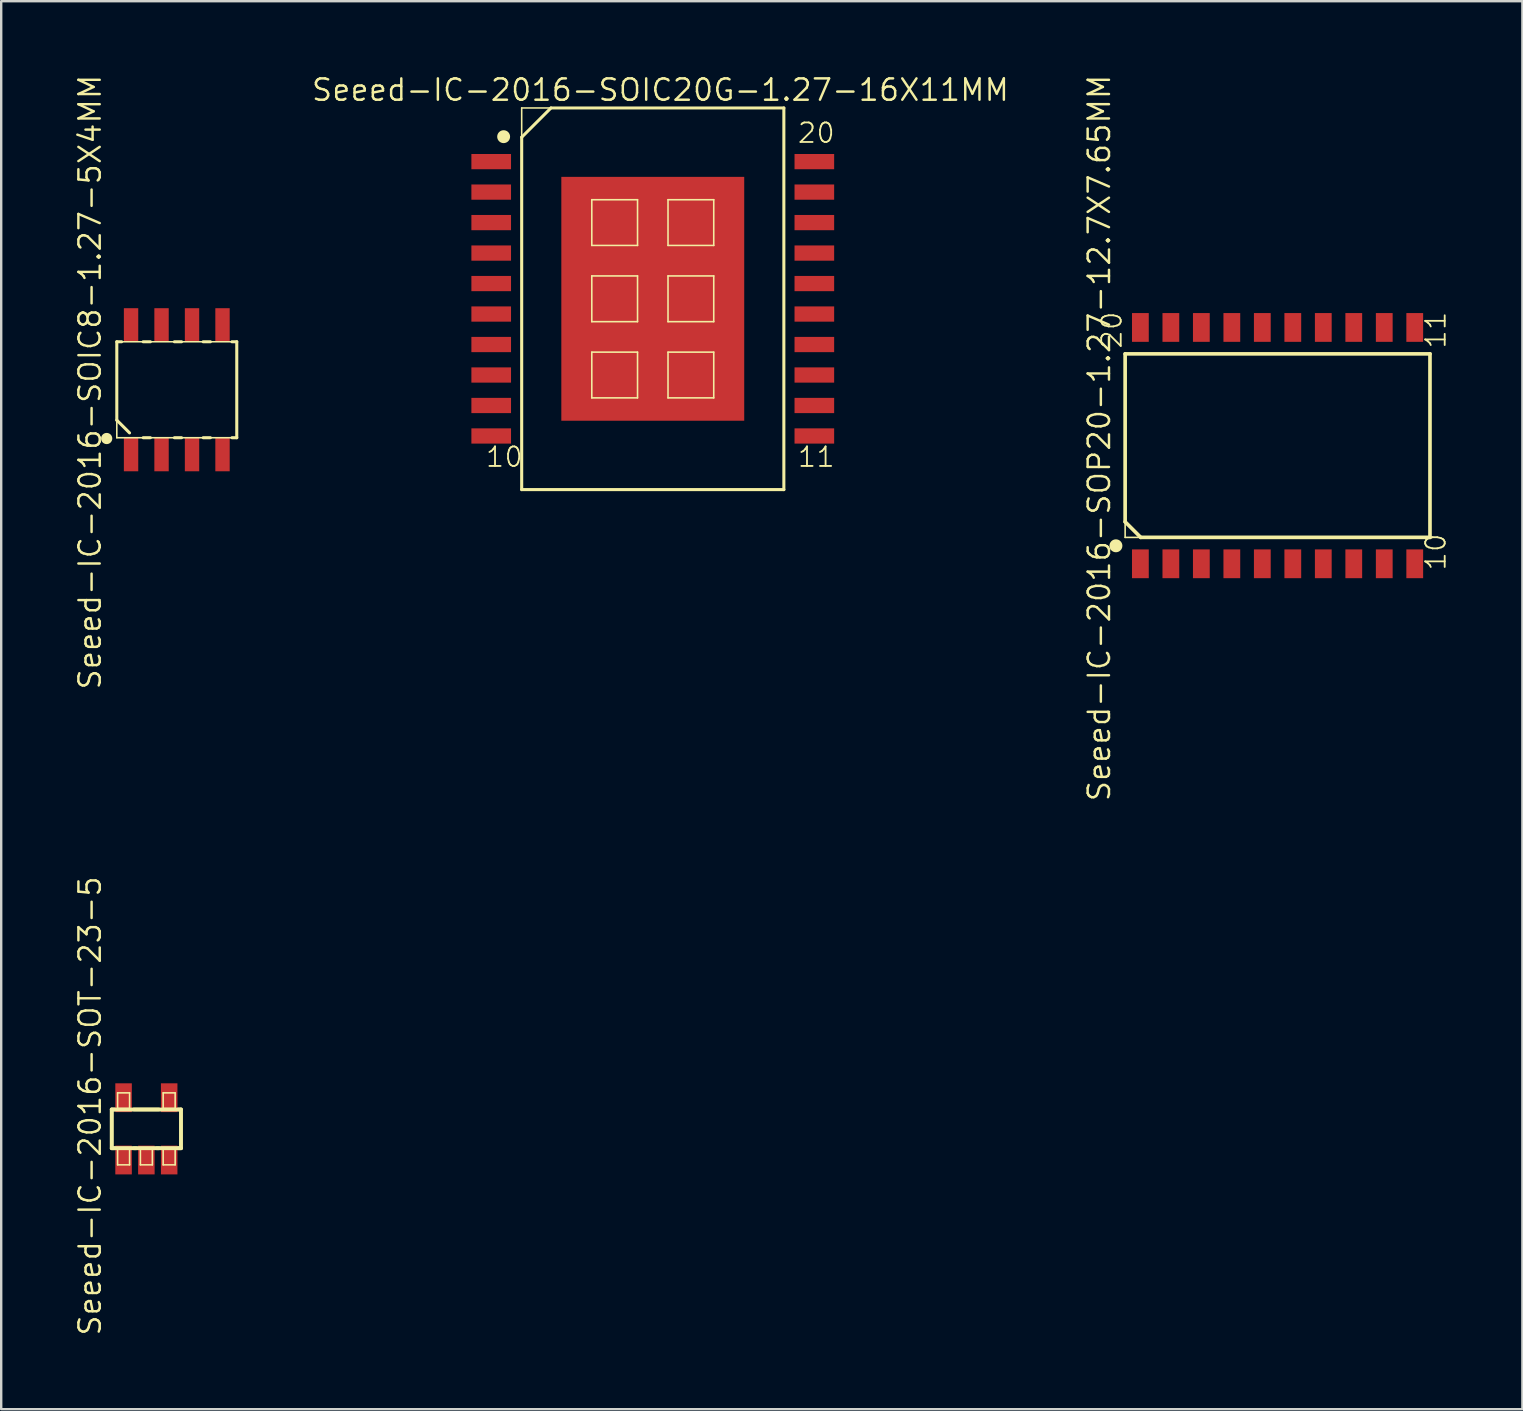
<source format=kicad_pcb>
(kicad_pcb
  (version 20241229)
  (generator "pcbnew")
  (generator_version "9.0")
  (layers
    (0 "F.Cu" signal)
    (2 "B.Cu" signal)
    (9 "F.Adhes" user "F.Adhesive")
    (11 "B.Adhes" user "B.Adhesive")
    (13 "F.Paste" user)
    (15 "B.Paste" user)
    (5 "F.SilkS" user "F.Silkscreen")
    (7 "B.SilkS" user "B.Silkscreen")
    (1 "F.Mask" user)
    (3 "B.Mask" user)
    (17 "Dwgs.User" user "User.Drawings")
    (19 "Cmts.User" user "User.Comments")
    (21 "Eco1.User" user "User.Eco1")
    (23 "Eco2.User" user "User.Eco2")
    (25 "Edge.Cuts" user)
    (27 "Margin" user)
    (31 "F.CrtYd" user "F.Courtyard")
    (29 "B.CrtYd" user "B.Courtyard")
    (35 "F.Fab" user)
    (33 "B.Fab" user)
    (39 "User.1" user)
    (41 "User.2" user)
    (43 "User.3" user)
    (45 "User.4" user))
  (footprint "Seeed-IC-2016-SOIC20G-1.27-16X11MM"
    (layer "F.Cu")
    (at 24.145 9.398)
    (property "Reference" "Seeed-IC-2016-SOIC20G-1.27-16X11MM" (at 0.318 -8.7 0) (layer "F.SilkS") (effects (font (size 0.889 0.889) (thickness 0.102))))
    (attr smd)
    (fp_line (start -5.461 -7.95) (end 5.461 -7.95) (stroke (width 0.066) (type solid)) (layer "F.SilkS"))
    (fp_line (start -5.461 -6.731) (end -5.461 7.95) (stroke (width 0.127) (type solid)) (layer "F.SilkS"))
    (fp_line (start -5.461 -6.731) (end -4.242 -7.95) (stroke (width 0.127) (type solid)) (layer "F.SilkS"))
    (fp_line (start -5.461 7.95) (end -5.461 -7.95) (stroke (width 0.066) (type solid)) (layer "F.SilkS"))
    (fp_line (start -5.461 7.95) (end 5.461 7.95) (stroke (width 0.066) (type solid)) (layer "F.SilkS"))
    (fp_line (start -5.461 7.95) (end 5.461 7.95) (stroke (width 0.127) (type solid)) (layer "F.SilkS"))
    (fp_line (start -2.54 -4.128) (end -0.635 -4.128) (stroke (width 0.066) (type solid)) (layer "F.SilkS"))
    (fp_line (start -2.54 -2.223) (end -2.54 -4.128) (stroke (width 0.066) (type solid)) (layer "F.SilkS"))
    (fp_line (start -2.54 -2.223) (end -0.635 -2.223) (stroke (width 0.066) (type solid)) (layer "F.SilkS"))
    (fp_line (start -2.54 -0.953) (end -0.635 -0.953) (stroke (width 0.066) (type solid)) (layer "F.SilkS"))
    (fp_line (start -2.54 0.953) (end -2.54 -0.953) (stroke (width 0.066) (type solid)) (layer "F.SilkS"))
    (fp_line (start -2.54 0.953) (end -0.635 0.953) (stroke (width 0.066) (type solid)) (layer "F.SilkS"))
    (fp_line (start -2.54 2.223) (end -0.635 2.223) (stroke (width 0.066) (type solid)) (layer "F.SilkS"))
    (fp_line (start -2.54 4.128) (end -2.54 2.223) (stroke (width 0.066) (type solid)) (layer "F.SilkS"))
    (fp_line (start -2.54 4.128) (end -0.635 4.128) (stroke (width 0.066) (type solid)) (layer "F.SilkS"))
    (fp_line (start -0.635 -2.223) (end -0.635 -4.128) (stroke (width 0.066) (type solid)) (layer "F.SilkS"))
    (fp_line (start -0.635 0.953) (end -0.635 -0.953) (stroke (width 0.066) (type solid)) (layer "F.SilkS"))
    (fp_line (start -0.635 4.128) (end -0.635 2.223) (stroke (width 0.066) (type solid)) (layer "F.SilkS"))
    (fp_line (start 0.635 -4.128) (end 2.54 -4.128) (stroke (width 0.066) (type solid)) (layer "F.SilkS"))
    (fp_line (start 0.635 -2.223) (end 0.635 -4.128) (stroke (width 0.066) (type solid)) (layer "F.SilkS"))
    (fp_line (start 0.635 -2.223) (end 2.54 -2.223) (stroke (width 0.066) (type solid)) (layer "F.SilkS"))
    (fp_line (start 0.635 -0.953) (end 2.54 -0.953) (stroke (width 0.066) (type solid)) (layer "F.SilkS"))
    (fp_line (start 0.635 0.953) (end 0.635 -0.953) (stroke (width 0.066) (type solid)) (layer "F.SilkS"))
    (fp_line (start 0.635 0.953) (end 2.54 0.953) (stroke (width 0.066) (type solid)) (layer "F.SilkS"))
    (fp_line (start 0.635 2.223) (end 2.54 2.223) (stroke (width 0.066) (type solid)) (layer "F.SilkS"))
    (fp_line (start 0.635 4.128) (end 0.635 2.223) (stroke (width 0.066) (type solid)) (layer "F.SilkS"))
    (fp_line (start 0.635 4.128) (end 2.54 4.128) (stroke (width 0.066) (type solid)) (layer "F.SilkS"))
    (fp_line (start 2.54 -2.223) (end 2.54 -4.128) (stroke (width 0.066) (type solid)) (layer "F.SilkS"))
    (fp_line (start 2.54 0.953) (end 2.54 -0.953) (stroke (width 0.066) (type solid)) (layer "F.SilkS"))
    (fp_line (start 2.54 4.128) (end 2.54 2.223) (stroke (width 0.066) (type solid)) (layer "F.SilkS"))
    (fp_line (start 5.461 -7.95) (end -4.242 -7.95) (stroke (width 0.127) (type solid)) (layer "F.SilkS"))
    (fp_line (start 5.461 -7.95) (end 5.461 7.95) (stroke (width 0.127) (type solid)) (layer "F.SilkS"))
    (fp_line (start 5.461 7.95) (end 5.461 -7.95) (stroke (width 0.066) (type solid)) (layer "F.SilkS"))
    (fp_circle (center -6.213 -6.754) (end -6.403 -6.944) (stroke (width 0) (type solid)) (fill yes) (layer "F.SilkS"))
    (fp_text user "20" (at 6.812 -6.906 0) (layer "F.SilkS") (effects (font (size 0.813 0.813) (thickness 0.076))))
    (fp_text user "11" (at 6.812 6.591 0) (layer "F.SilkS") (effects (font (size 0.813 0.813) (thickness 0.076))))
    (fp_text user "10" (at -6.185 6.591 0) (layer "F.SilkS") (effects (font (size 0.813 0.813) (thickness 0.076))))
    (pad "P$1" smd rect (at -6.731 -5.715) (size 1.651 0.635) (layers "F.Cu" "F.Mask" "F.Paste"))
    (pad "P$2" smd rect (at -6.731 -4.445) (size 1.651 0.635) (layers "F.Cu" "F.Mask" "F.Paste"))
    (pad "P$3" smd rect (at -6.731 -3.175) (size 1.651 0.635) (layers "F.Cu" "F.Mask" "F.Paste"))
    (pad "P$4" smd rect (at -6.731 -1.905) (size 1.651 0.635) (layers "F.Cu" "F.Mask" "F.Paste"))
    (pad "P$5" smd rect (at -6.731 -0.635) (size 1.651 0.635) (layers "F.Cu" "F.Mask" "F.Paste"))
    (pad "P$6" smd rect (at -6.731 0.635) (size 1.651 0.635) (layers "F.Cu" "F.Mask" "F.Paste"))
    (pad "P$7" smd rect (at -6.731 1.905) (size 1.651 0.635) (layers "F.Cu" "F.Mask" "F.Paste"))
    (pad "P$8" smd rect (at -6.731 3.175) (size 1.651 0.635) (layers "F.Cu" "F.Mask" "F.Paste"))
    (pad "P$9" smd rect (at -6.731 4.445) (size 1.651 0.635) (layers "F.Cu" "F.Mask" "F.Paste"))
    (pad "P$10" smd rect (at -6.731 5.715) (size 1.651 0.635) (layers "F.Cu" "F.Mask" "F.Paste"))
    (pad "P$11" smd rect (at 6.731 5.715) (size 1.651 0.635) (layers "F.Cu" "F.Mask" "F.Paste"))
    (pad "P$12" smd rect (at 6.731 4.445) (size 1.651 0.635) (layers "F.Cu" "F.Mask" "F.Paste"))
    (pad "P$13" smd rect (at 6.731 3.175) (size 1.651 0.635) (layers "F.Cu" "F.Mask" "F.Paste"))
    (pad "P$14" smd rect (at 6.731 1.905) (size 1.651 0.635) (layers "F.Cu" "F.Mask" "F.Paste"))
    (pad "P$15" smd rect (at 6.731 0.635) (size 1.651 0.635) (layers "F.Cu" "F.Mask" "F.Paste"))
    (pad "P$16" smd rect (at 6.731 -0.635) (size 1.651 0.635) (layers "F.Cu" "F.Mask" "F.Paste"))
    (pad "P$17" smd rect (at 6.731 -1.905) (size 1.651 0.635) (layers "F.Cu" "F.Mask" "F.Paste"))
    (pad "P$18" smd rect (at 6.731 -3.175) (size 1.651 0.635) (layers "F.Cu" "F.Mask" "F.Paste"))
    (pad "P$19" smd rect (at 6.731 -4.445) (size 1.651 0.635) (layers "F.Cu" "F.Mask" "F.Paste"))
    (pad "P$20" smd rect (at 6.731 -5.715) (size 1.651 0.635) (layers "F.Cu" "F.Mask" "F.Paste"))
    (pad "THER" smd rect (at 0 0 90) (size 10.16 7.62) (layers "F.Cu" "F.Mask" "F.Paste")))
  (footprint "Seeed-IC-2016-SOIC8-1.27-5X4MM"
    (layer "F.Cu")
    (at 4.315 13.187)
    (property "Reference" "Seeed-IC-2016-SOIC8-1.27-5X4MM" (at -3.617 -0.318 90) (layer "F.SilkS") (effects (font (size 0.889 0.889) (thickness 0.102))))
    (attr smd)
    (fp_line (start -2.499 -1.999) (end -2.299 -1.999) (stroke (width 0.127) (type solid)) (layer "F.SilkS"))
    (fp_line (start -2.499 -1.999) (end 2.499 -1.999) (stroke (width 0.066) (type solid)) (layer "F.SilkS"))
    (fp_line (start -2.499 1.267) (end -2.499 -1.999) (stroke (width 0.127) (type solid)) (layer "F.SilkS"))
    (fp_line (start -2.499 1.999) (end -2.499 -1.999) (stroke (width 0.066) (type solid)) (layer "F.SilkS"))
    (fp_line (start -2.499 1.999) (end 2.499 1.999) (stroke (width 0.066) (type solid)) (layer "F.SilkS"))
    (fp_line (start -1.968 1.798) (end -2.499 1.267) (stroke (width 0.127) (type solid)) (layer "F.SilkS"))
    (fp_line (start -1.4 -1.999) (end -1.1 -1.999) (stroke (width 0.127) (type solid)) (layer "F.SilkS"))
    (fp_line (start -1.4 1.999) (end -1.1 1.999) (stroke (width 0.127) (type solid)) (layer "F.SilkS"))
    (fp_line (start -0.099 -1.999) (end 0.198 -1.999) (stroke (width 0.127) (type solid)) (layer "F.SilkS"))
    (fp_line (start -0.099 1.999) (end 0.198 1.999) (stroke (width 0.127) (type solid)) (layer "F.SilkS"))
    (fp_line (start 1.1 -1.999) (end 1.4 -1.999) (stroke (width 0.127) (type solid)) (layer "F.SilkS"))
    (fp_line (start 1.1 1.999) (end 1.4 1.999) (stroke (width 0.127) (type solid)) (layer "F.SilkS"))
    (fp_line (start 2.299 -1.999) (end 2.499 -1.999) (stroke (width 0.127) (type solid)) (layer "F.SilkS"))
    (fp_line (start 2.299 1.999) (end 2.499 1.999) (stroke (width 0.127) (type solid)) (layer "F.SilkS"))
    (fp_line (start 2.499 -1.999) (end 2.499 1.999) (stroke (width 0.127) (type solid)) (layer "F.SilkS"))
    (fp_line (start 2.499 1.999) (end 2.499 -1.999) (stroke (width 0.066) (type solid)) (layer "F.SilkS"))
    (fp_circle (center -2.921 2.032) (end -3.086 2.197) (stroke (width 0) (type solid)) (fill yes) (layer "F.SilkS"))
    (pad "1" smd rect (at -1.905 2.697 90) (size 1.4 0.599) (layers "F.Cu" "F.Mask" "F.Paste"))
    (pad "2" smd rect (at -0.635 2.697 90) (size 1.4 0.599) (layers "F.Cu" "F.Mask" "F.Paste"))
    (pad "3" smd rect (at 0.635 2.697 90) (size 1.4 0.599) (layers "F.Cu" "F.Mask" "F.Paste"))
    (pad "4" smd rect (at 1.905 2.697 90) (size 1.4 0.599) (layers "F.Cu" "F.Mask" "F.Paste"))
    (pad "5" smd rect (at 1.905 -2.697 90) (size 1.4 0.599) (layers "F.Cu" "F.Mask" "F.Paste"))
    (pad "6" smd rect (at 0.635 -2.697 90) (size 1.4 0.599) (layers "F.Cu" "F.Mask" "F.Paste"))
    (pad "7" smd rect (at -0.635 -2.697 90) (size 1.4 0.599) (layers "F.Cu" "F.Mask" "F.Paste"))
    (pad "8" smd rect (at -1.905 -2.697 90) (size 1.4 0.599) (layers "F.Cu" "F.Mask" "F.Paste")))
  (footprint "Seeed-IC-2016-SOT-23-5"
    (layer "F.Cu")
    (at 3.048 43.979)
    (property "Reference" "Seeed-IC-2016-SOT-23-5" (at -2.349 -0.953 90) (layer "F.SilkS") (effects (font (size 0.889 0.889) (thickness 0.102))))
    (attr smd)
    (fp_line (start -1.448 -0.81) (end -1.326 -0.81) (stroke (width 0.152) (type solid)) (layer "F.SilkS"))
    (fp_line (start -1.448 0.81) (end -1.448 -0.81) (stroke (width 0.152) (type solid)) (layer "F.SilkS"))
    (fp_line (start -1.422 -0.81) (end 1.422 -0.81) (stroke (width 0.152) (type solid)) (layer "F.SilkS"))
    (fp_line (start -1.397 -0.762) (end 1.397 -0.762) (stroke (width 0.066) (type solid)) (layer "F.SilkS"))
    (fp_line (start -1.397 0.762) (end -1.397 -0.762) (stroke (width 0.066) (type solid)) (layer "F.SilkS"))
    (fp_line (start -1.397 0.762) (end 1.397 0.762) (stroke (width 0.066) (type solid)) (layer "F.SilkS"))
    (fp_line (start -1.326 0.81) (end -1.448 0.81) (stroke (width 0.152) (type solid)) (layer "F.SilkS"))
    (fp_line (start -1.199 -1.499) (end -0.699 -1.499) (stroke (width 0.066) (type solid)) (layer "F.SilkS"))
    (fp_line (start -1.199 -0.848) (end -1.199 -1.499) (stroke (width 0.066) (type solid)) (layer "F.SilkS"))
    (fp_line (start -1.199 -0.848) (end -0.699 -0.848) (stroke (width 0.066) (type solid)) (layer "F.SilkS"))
    (fp_line (start -1.199 0.848) (end -0.699 0.848) (stroke (width 0.066) (type solid)) (layer "F.SilkS"))
    (fp_line (start -1.199 1.499) (end -1.199 0.848) (stroke (width 0.066) (type solid)) (layer "F.SilkS"))
    (fp_line (start -1.199 1.499) (end -0.699 1.499) (stroke (width 0.066) (type solid)) (layer "F.SilkS"))
    (fp_line (start -0.699 -0.848) (end -0.699 -1.499) (stroke (width 0.066) (type solid)) (layer "F.SilkS"))
    (fp_line (start -0.699 1.499) (end -0.699 0.848) (stroke (width 0.066) (type solid)) (layer "F.SilkS"))
    (fp_line (start -0.521 -0.81) (end 0.521 -0.81) (stroke (width 0.152) (type solid)) (layer "F.SilkS"))
    (fp_line (start -0.427 0.81) (end -0.521 0.81) (stroke (width 0.152) (type solid)) (layer "F.SilkS"))
    (fp_line (start -0.249 0.848) (end 0.249 0.848) (stroke (width 0.066) (type solid)) (layer "F.SilkS"))
    (fp_line (start -0.249 1.499) (end -0.249 0.848) (stroke (width 0.066) (type solid)) (layer "F.SilkS"))
    (fp_line (start -0.249 1.499) (end 0.249 1.499) (stroke (width 0.066) (type solid)) (layer "F.SilkS"))
    (fp_line (start 0.249 1.499) (end 0.249 0.848) (stroke (width 0.066) (type solid)) (layer "F.SilkS"))
    (fp_line (start 0.521 0.81) (end 0.427 0.81) (stroke (width 0.152) (type solid)) (layer "F.SilkS"))
    (fp_line (start 0.699 -1.499) (end 1.199 -1.499) (stroke (width 0.066) (type solid)) (layer "F.SilkS"))
    (fp_line (start 0.699 -0.848) (end 0.699 -1.499) (stroke (width 0.066) (type solid)) (layer "F.SilkS"))
    (fp_line (start 0.699 -0.848) (end 1.199 -0.848) (stroke (width 0.066) (type solid)) (layer "F.SilkS"))
    (fp_line (start 0.699 0.848) (end 1.199 0.848) (stroke (width 0.066) (type solid)) (layer "F.SilkS"))
    (fp_line (start 0.699 1.499) (end 0.699 0.848) (stroke (width 0.066) (type solid)) (layer "F.SilkS"))
    (fp_line (start 0.699 1.499) (end 1.199 1.499) (stroke (width 0.066) (type solid)) (layer "F.SilkS"))
    (fp_line (start 1.199 -0.848) (end 1.199 -1.499) (stroke (width 0.066) (type solid)) (layer "F.SilkS"))
    (fp_line (start 1.199 1.499) (end 1.199 0.848) (stroke (width 0.066) (type solid)) (layer "F.SilkS"))
    (fp_line (start 1.326 -0.81) (end 1.448 -0.81) (stroke (width 0.152) (type solid)) (layer "F.SilkS"))
    (fp_line (start 1.397 0.762) (end 1.397 -0.762) (stroke (width 0.066) (type solid)) (layer "F.SilkS"))
    (fp_line (start 1.422 0.81) (end -1.422 0.81) (stroke (width 0.152) (type solid)) (layer "F.SilkS"))
    (fp_line (start 1.448 -0.81) (end 1.448 0.81) (stroke (width 0.152) (type solid)) (layer "F.SilkS"))
    (fp_line (start 1.448 0.81) (end 1.326 0.81) (stroke (width 0.152) (type solid)) (layer "F.SilkS"))
    (pad "1" smd rect (at -0.95 1.298) (size 0.688 1.199) (layers "F.Cu" "F.Mask" "F.Paste"))
    (pad "2" smd rect (at 0 1.298) (size 0.688 1.199) (layers "F.Cu" "F.Mask" "F.Paste"))
    (pad "3" smd rect (at 0.95 1.298) (size 0.688 1.199) (layers "F.Cu" "F.Mask" "F.Paste"))
    (pad "4" smd rect (at 0.95 -1.298) (size 0.688 1.199) (layers "F.Cu" "F.Mask" "F.Paste"))
    (pad "5" smd rect (at -0.95 -1.298) (size 0.688 1.199) (layers "F.Cu" "F.Mask" "F.Paste")))
  (footprint "Seeed-IC-2016-SOP20-1.27-12.7X7.65MM"
    (layer "F.Cu")
    (at 50.174 15.515)
    (property "Reference" "Seeed-IC-2016-SOP20-1.27-12.7X7.65MM" (at -7.429 -0.318 90) (layer "F.SilkS") (effects (font (size 0.889 0.889) (thickness 0.102))))
    (attr smd)
    (fp_line (start -6.35 -3.823) (end -6.35 3.175) (stroke (width 0.152) (type solid)) (layer "F.SilkS"))
    (fp_line (start -6.35 -3.823) (end 6.35 -3.823) (stroke (width 0.066) (type solid)) (layer "F.SilkS"))
    (fp_line (start -6.35 3.175) (end -5.7 3.823) (stroke (width 0.152) (type solid)) (layer "F.SilkS"))
    (fp_line (start -6.35 3.823) (end -6.35 -3.823) (stroke (width 0.066) (type solid)) (layer "F.SilkS"))
    (fp_line (start -6.35 3.823) (end 6.35 3.823) (stroke (width 0.066) (type solid)) (layer "F.SilkS"))
    (fp_line (start -5.7 3.823) (end 6.35 3.823) (stroke (width 0.152) (type solid)) (layer "F.SilkS"))
    (fp_line (start 6.35 -3.823) (end -6.35 -3.823) (stroke (width 0.152) (type solid)) (layer "F.SilkS"))
    (fp_line (start 6.35 3.823) (end 6.35 -3.823) (stroke (width 0.066) (type solid)) (layer "F.SilkS"))
    (fp_line (start 6.35 3.823) (end 6.35 -3.823) (stroke (width 0.152) (type solid)) (layer "F.SilkS"))
    (fp_circle (center -6.734 4.173) (end -6.924 4.364) (stroke (width 0) (type solid)) (fill yes) (layer "F.SilkS"))
    (fp_text user "11" (at 6.591 -4.811 90) (layer "F.SilkS") (effects (font (size 0.813 0.813) (thickness 0.076))))
    (fp_text user "10" (at 6.591 4.435 90) (layer "F.SilkS") (effects (font (size 0.813 0.813) (thickness 0.076))))
    (fp_text user "20" (at -6.906 -4.811 90) (layer "F.SilkS") (effects (font (size 0.813 0.813) (thickness 0.076))))
    (pad "1" smd rect (at -5.715 4.923) (size 0.699 1.199) (layers "F.Cu" "F.Mask" "F.Paste"))
    (pad "2" smd rect (at -4.445 4.923) (size 0.699 1.199) (layers "F.Cu" "F.Mask" "F.Paste"))
    (pad "3" smd rect (at -3.175 4.923) (size 0.699 1.199) (layers "F.Cu" "F.Mask" "F.Paste"))
    (pad "4" smd rect (at -1.905 4.923) (size 0.699 1.199) (layers "F.Cu" "F.Mask" "F.Paste"))
    (pad "5" smd rect (at -0.635 4.923) (size 0.699 1.199) (layers "F.Cu" "F.Mask" "F.Paste"))
    (pad "6" smd rect (at 0.635 4.923) (size 0.699 1.199) (layers "F.Cu" "F.Mask" "F.Paste"))
    (pad "7" smd rect (at 1.905 4.923) (size 0.699 1.199) (layers "F.Cu" "F.Mask" "F.Paste"))
    (pad "8" smd rect (at 3.175 4.923) (size 0.699 1.199) (layers "F.Cu" "F.Mask" "F.Paste"))
    (pad "9" smd rect (at 4.445 4.923) (size 0.699 1.199) (layers "F.Cu" "F.Mask" "F.Paste"))
    (pad "10" smd rect (at 5.715 4.923) (size 0.699 1.199) (layers "F.Cu" "F.Mask" "F.Paste"))
    (pad "11" smd rect (at 5.715 -4.923) (size 0.699 1.199) (layers "F.Cu" "F.Mask" "F.Paste"))
    (pad "12" smd rect (at 4.445 -4.923) (size 0.699 1.199) (layers "F.Cu" "F.Mask" "F.Paste"))
    (pad "13" smd rect (at 3.175 -4.923) (size 0.699 1.199) (layers "F.Cu" "F.Mask" "F.Paste"))
    (pad "14" smd rect (at 1.905 -4.923) (size 0.699 1.199) (layers "F.Cu" "F.Mask" "F.Paste"))
    (pad "15" smd rect (at 0.635 -4.923) (size 0.699 1.199) (layers "F.Cu" "F.Mask" "F.Paste"))
    (pad "16" smd rect (at -0.635 -4.923) (size 0.699 1.199) (layers "F.Cu" "F.Mask" "F.Paste"))
    (pad "17" smd rect (at -1.905 -4.923) (size 0.699 1.199) (layers "F.Cu" "F.Mask" "F.Paste"))
    (pad "18" smd rect (at -3.175 -4.923) (size 0.699 1.199) (layers "F.Cu" "F.Mask" "F.Paste"))
    (pad "19" smd rect (at -4.445 -4.923) (size 0.699 1.199) (layers "F.Cu" "F.Mask" "F.Paste"))
    (pad "20" smd rect (at -5.715 -4.923) (size 0.699 1.199) (layers "F.Cu" "F.Mask" "F.Paste")))
  (gr_rect
    (start -3 -3)
    (end 60.374 55.657)
    (stroke (width 0.1) (type default))
    (fill no)
    (layer "Edge.Cuts")))
</source>
